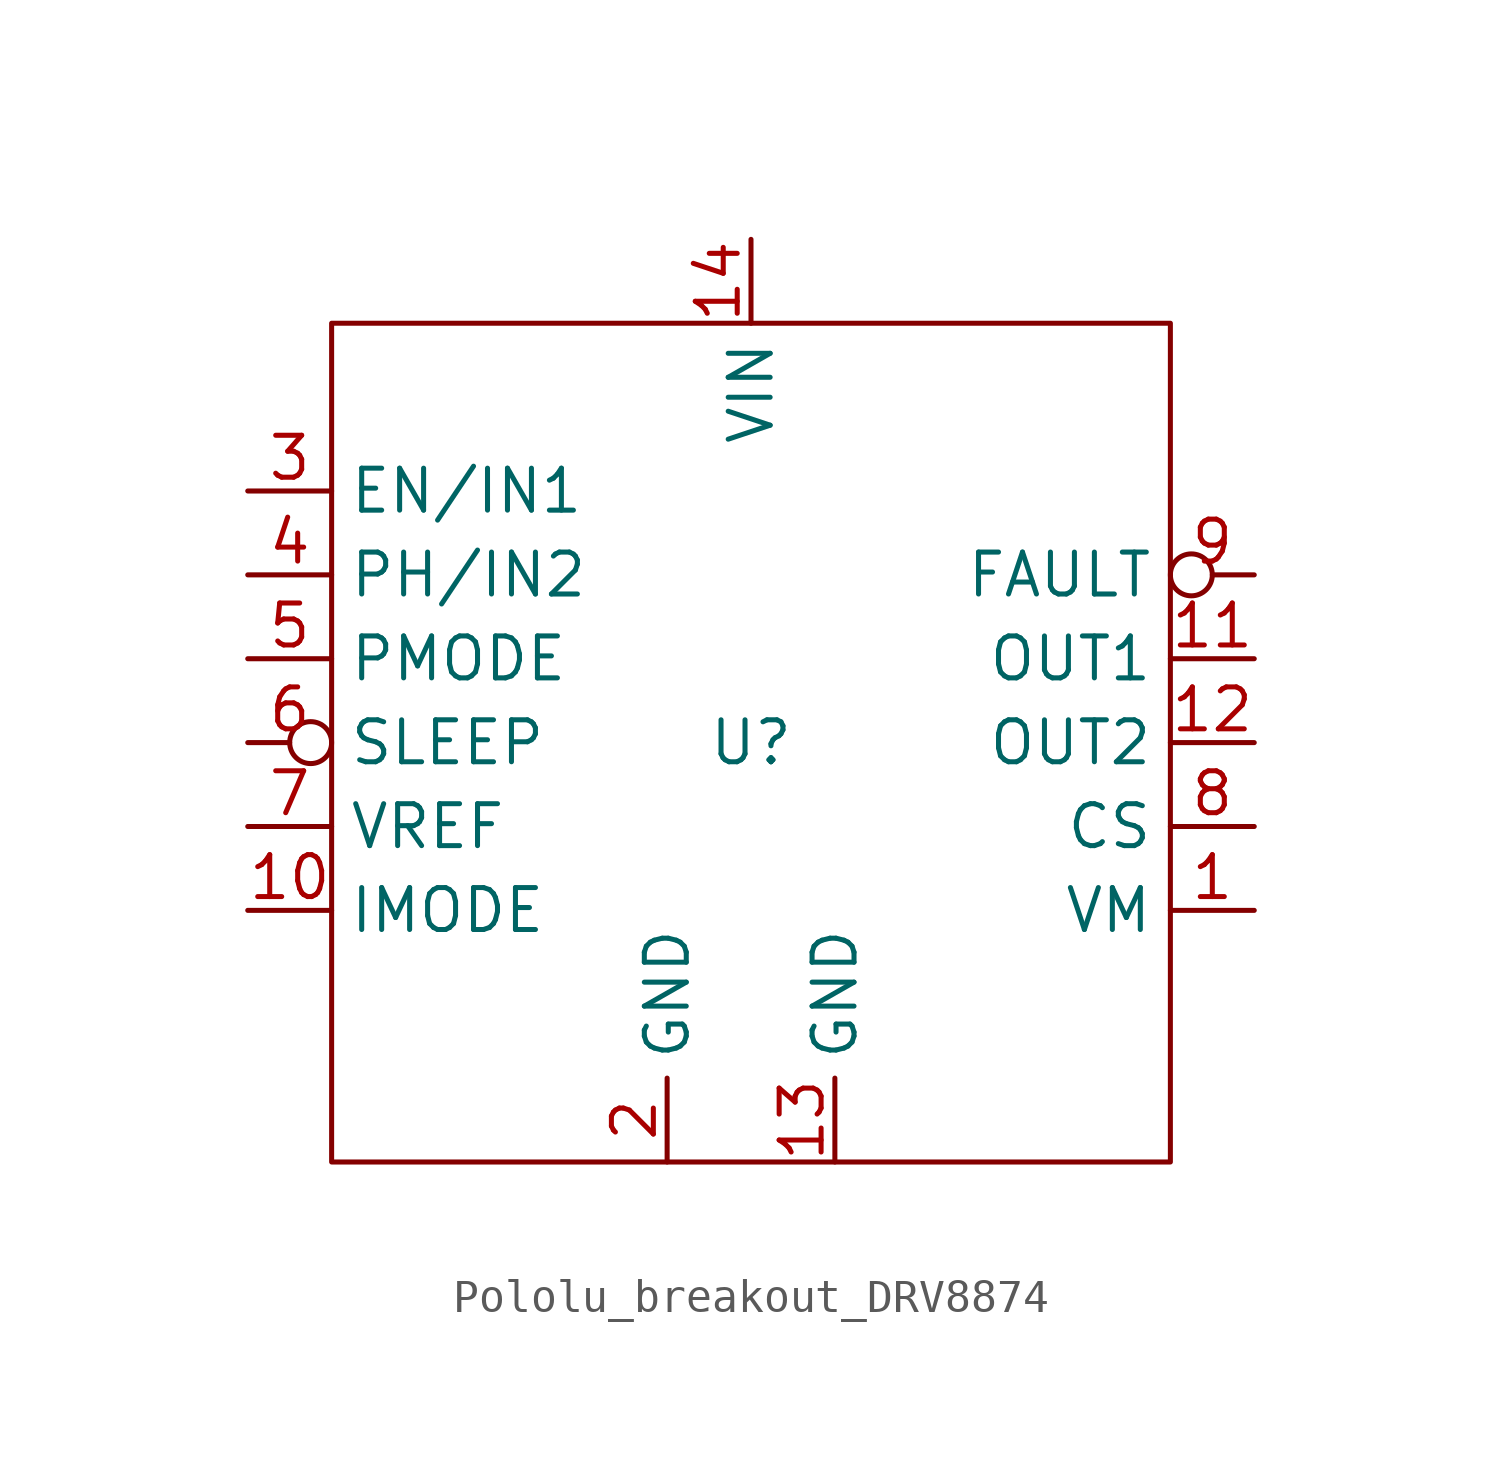
<source format=kicad_sym>
(kicad_symbol_lib
  (version 20220914)
  (generator kicad_symbol_editor)
  (symbol "Pololu_breakout_DRV8874"
    (property "Reference" "U"
      (at 0 0 0)
      (effects (font (size 1.27 1.27))))
    (property "Value" ""
      (at 0 0 0)
      (effects (font (size 1.27 1.27))))
    (symbol "Pololu_breakout_DRV8874_0_1"
      (rectangle (start -12.7 12.7) (end 12.7 -12.7) (stroke (width 0) (type default)) (fill (type none))))
    (symbol "Pololu_breakout_DRV8874_1_1"
      (pin power_out line (at 15.24 -5.08 180) (length 2.54) (name "VM" (effects (font (size 1.27 1.27)))) (number "1" (effects (font (size 1.27 1.27)))))
      (pin input line (at -15.24 -5.08 0) (length 2.54) (name "IMODE" (effects (font (size 1.27 1.27)))) (number "10" (effects (font (size 1.27 1.27)))))
      (pin output line (at 15.24 2.54 180) (length 2.54) (name "OUT1" (effects (font (size 1.27 1.27)))) (number "11" (effects (font (size 1.27 1.27)))))
      (pin output line (at 15.24 0 180) (length 2.54) (name "OUT2" (effects (font (size 1.27 1.27)))) (number "12" (effects (font (size 1.27 1.27)))))
      (pin power_in line (at 2.54 -12.7 90) (length 2.54) (name "GND" (effects (font (size 1.27 1.27)))) (number "13" (effects (font (size 1.27 1.27)))))
      (pin power_in line (at 0 15.24 270) (length 2.54) (name "VIN" (effects (font (size 1.27 1.27)))) (number "14" (effects (font (size 1.27 1.27)))))
      (pin power_in line (at -2.54 -12.7 90) (length 2.54) (name "GND" (effects (font (size 1.27 1.27)))) (number "2" (effects (font (size 1.27 1.27)))))
      (pin input line (at -15.24 7.62 0) (length 2.54) (name "EN/IN1" (effects (font (size 1.27 1.27)))) (number "3" (effects (font (size 1.27 1.27)))))
      (pin input line (at -15.24 5.08 0) (length 2.54) (name "PH/IN2" (effects (font (size 1.27 1.27)))) (number "4" (effects (font (size 1.27 1.27)))))
      (pin input line (at -15.24 2.54 0) (length 2.54) (name "PMODE" (effects (font (size 1.27 1.27)))) (number "5" (effects (font (size 1.27 1.27)))))
      (pin input inverted (at -15.24 0 0) (length 2.54) (name "SLEEP" (effects (font (size 1.27 1.27)))) (number "6" (effects (font (size 1.27 1.27)))))
      (pin input line (at -15.24 -2.54 0) (length 2.54) (name "VREF" (effects (font (size 1.27 1.27)))) (number "7" (effects (font (size 1.27 1.27)))))
      (pin output line (at 15.24 -2.54 180) (length 2.54) (name "CS" (effects (font (size 1.27 1.27)))) (number "8" (effects (font (size 1.27 1.27)))))
      (pin output inverted (at 15.24 5.08 180) (length 2.54) (name "FAULT" (effects (font (size 1.27 1.27)))) (number "9" (effects (font (size 1.27 1.27))))))))
</source>
